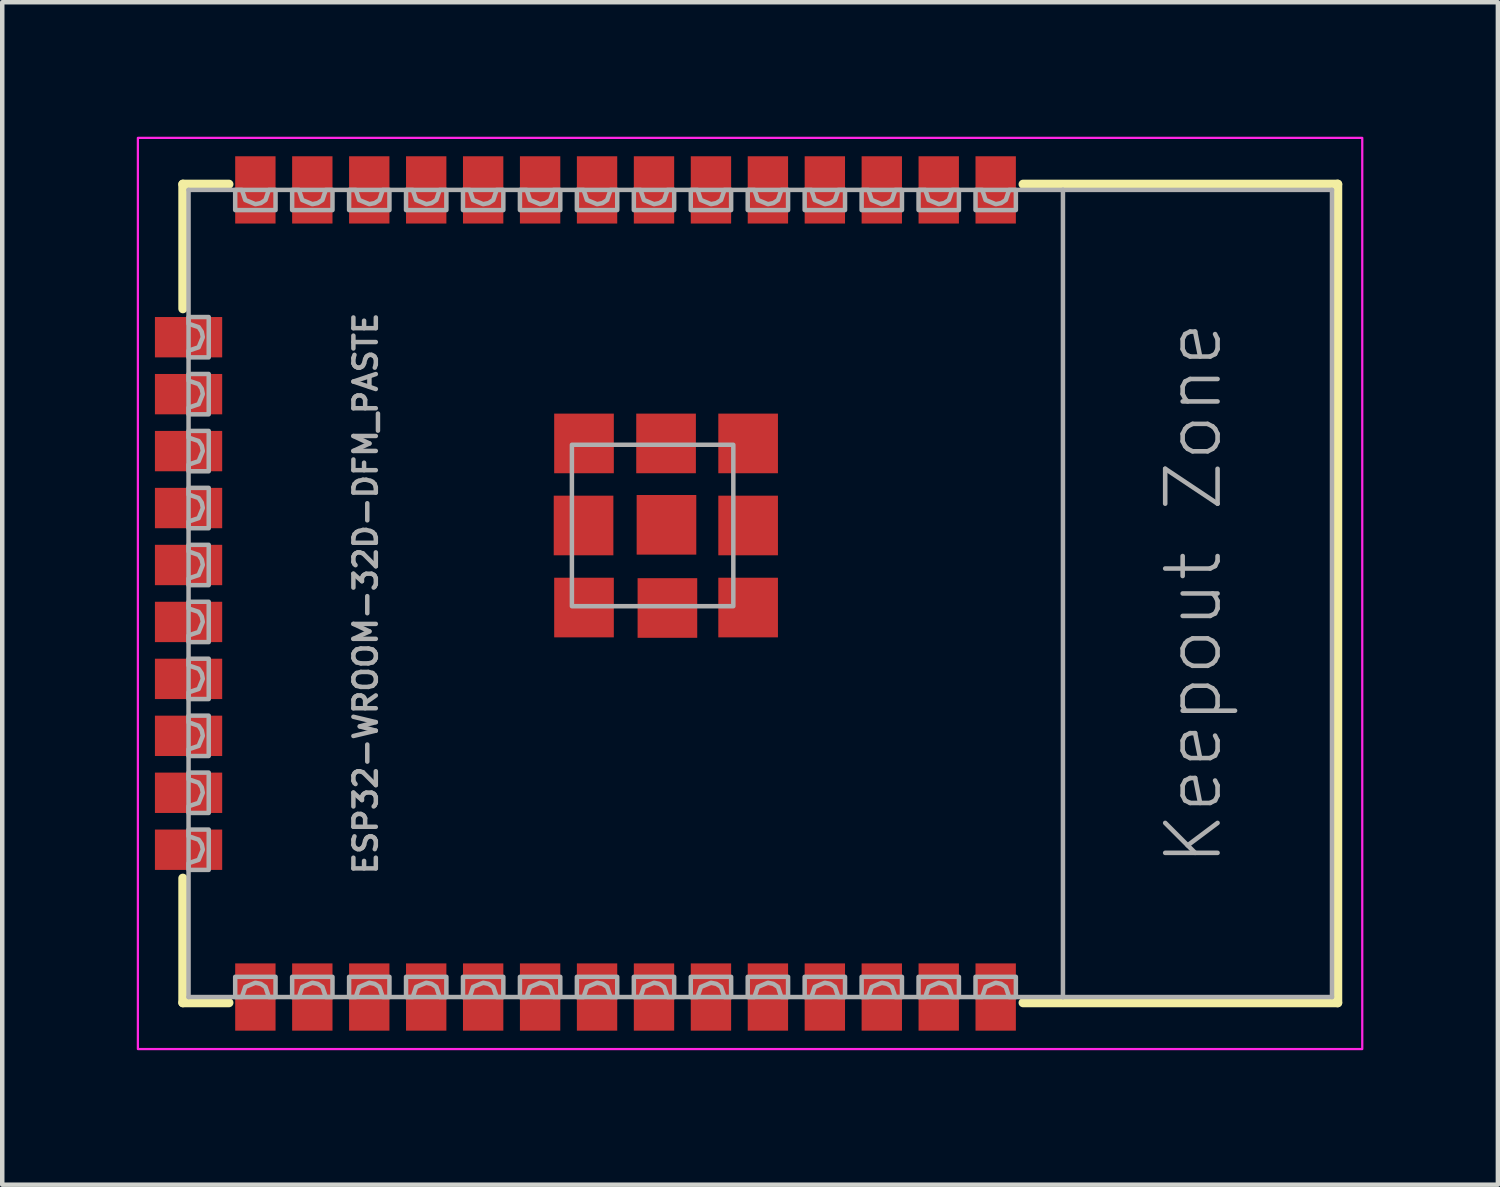
<source format=kicad_pcb>
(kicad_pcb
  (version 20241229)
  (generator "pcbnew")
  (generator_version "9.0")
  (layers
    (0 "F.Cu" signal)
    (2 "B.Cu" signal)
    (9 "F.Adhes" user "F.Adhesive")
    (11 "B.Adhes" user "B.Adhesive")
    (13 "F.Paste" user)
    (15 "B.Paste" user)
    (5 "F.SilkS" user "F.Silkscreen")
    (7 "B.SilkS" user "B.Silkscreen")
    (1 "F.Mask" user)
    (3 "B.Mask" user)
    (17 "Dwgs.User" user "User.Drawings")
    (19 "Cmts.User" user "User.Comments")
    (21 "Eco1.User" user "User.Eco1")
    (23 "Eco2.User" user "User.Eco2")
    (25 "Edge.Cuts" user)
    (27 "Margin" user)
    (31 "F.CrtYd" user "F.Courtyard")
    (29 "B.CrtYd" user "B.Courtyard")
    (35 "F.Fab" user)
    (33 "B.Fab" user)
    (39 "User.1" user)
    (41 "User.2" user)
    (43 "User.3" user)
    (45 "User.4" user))
  (footprint "ESP32-WROOM-32D-DFM_PASTE"
    (layer "F.Cu")
    (at 12.725 10.185)
    (property "Reference" "ESP32-WROOM-32D-DFM_PASTE" (at -7.62 0 90) (layer "F.Fab") (effects (font (size 0.5 0.5) (thickness 0.1) (bold yes))))
    (attr smd)
    (fp_line (start -11.697 -9.127) (end -10.67 -9.127) (stroke (width 0.203) (type solid)) (layer "F.SilkS"))
    (fp_line (start -11.697 -6.35) (end -11.697 -9.127) (stroke (width 0.203) (type solid)) (layer "F.SilkS"))
    (fp_line (start -11.697 6.35) (end -11.697 9.127) (stroke (width 0.203) (type solid)) (layer "F.SilkS"))
    (fp_line (start -11.697 9.127) (end -10.67 9.127) (stroke (width 0.203) (type solid)) (layer "F.SilkS"))
    (fp_line (start 7.041 -9.127) (end 14.057 -9.127) (stroke (width 0.203) (type solid)) (layer "F.SilkS"))
    (fp_line (start 7.041 9.127) (end 14.057 9.127) (stroke (width 0.203) (type solid)) (layer "F.SilkS"))
    (fp_line (start 14.057 -9.127) (end 14.057 9.127) (stroke (width 0.203) (type solid)) (layer "F.SilkS"))
    (fp_poly (pts (xy -10.8 -5.2) (xy -10.8 -6.2) (xy -12.6 -6.2) (xy -12.6 -5.2)) (stroke (width 0) (type default)) (fill yes) (layer "F.Paste"))
    (fp_poly (pts (xy -10.8 -3.95) (xy -10.8 -4.95) (xy -12.6 -4.95) (xy -12.6 -3.95)) (stroke (width 0) (type default)) (fill yes) (layer "F.Paste"))
    (fp_poly (pts (xy -10.8 -2.7) (xy -10.8 -3.7) (xy -12.6 -3.7) (xy -12.6 -2.7)) (stroke (width 0) (type default)) (fill yes) (layer "F.Paste"))
    (fp_poly (pts (xy -10.8 -1.4) (xy -10.8 -2.4) (xy -12.6 -2.4) (xy -12.6 -1.4)) (stroke (width 0) (type default)) (fill yes) (layer "F.Paste"))
    (fp_poly (pts (xy -10.8 -0.15) (xy -10.8 -1.15) (xy -12.6 -1.15) (xy -12.6 -0.15)) (stroke (width 0) (type default)) (fill yes) (layer "F.Paste"))
    (fp_poly (pts (xy -10.8 1.15) (xy -10.8 0.15) (xy -12.6 0.15) (xy -12.6 1.15)) (stroke (width 0) (type default)) (fill yes) (layer "F.Paste"))
    (fp_poly (pts (xy -10.8 2.4) (xy -10.8 1.4) (xy -12.6 1.4) (xy -12.6 2.4)) (stroke (width 0) (type default)) (fill yes) (layer "F.Paste"))
    (fp_poly (pts (xy -10.8 3.65) (xy -10.8 2.65) (xy -12.6 2.65) (xy -12.6 3.65)) (stroke (width 0) (type default)) (fill yes) (layer "F.Paste"))
    (fp_poly (pts (xy -10.8 4.95) (xy -10.8 3.95) (xy -12.6 3.95) (xy -12.6 4.95)) (stroke (width 0) (type default)) (fill yes) (layer "F.Paste"))
    (fp_poly (pts (xy -10.8 6.2) (xy -10.8 5.2) (xy -12.6 5.2) (xy -12.6 6.2)) (stroke (width 0) (type default)) (fill yes) (layer "F.Paste"))
    (fp_poly (pts (xy -10.6 -8.2) (xy -9.6 -8.2) (xy -9.6 -10) (xy -10.6 -10)) (stroke (width 0) (type default)) (fill yes) (layer "F.Paste"))
    (fp_poly (pts (xy -9.6 8.2) (xy -10.6 8.2) (xy -10.6 10) (xy -9.6 10)) (stroke (width 0) (type default)) (fill yes) (layer "F.Paste"))
    (fp_poly (pts (xy -9.3 -8.2) (xy -8.3 -8.2) (xy -8.3 -10) (xy -9.3 -10)) (stroke (width 0) (type default)) (fill yes) (layer "F.Paste"))
    (fp_poly (pts (xy -8.3 8.2) (xy -9.3 8.2) (xy -9.3 10) (xy -8.3 10)) (stroke (width 0) (type default)) (fill yes) (layer "F.Paste"))
    (fp_poly (pts (xy -8.05 -8.2) (xy -7.05 -8.2) (xy -7.05 -10) (xy -8.05 -10)) (stroke (width 0) (type default)) (fill yes) (layer "F.Paste"))
    (fp_poly (pts (xy -7.05 8.2) (xy -8.05 8.2) (xy -8.05 10) (xy -7.05 10)) (stroke (width 0) (type default)) (fill yes) (layer "F.Paste"))
    (fp_poly (pts (xy -6.75 -8.2) (xy -5.75 -8.2) (xy -5.75 -10) (xy -6.75 -10)) (stroke (width 0) (type default)) (fill yes) (layer "F.Paste"))
    (fp_poly (pts (xy -5.75 8.2) (xy -6.75 8.2) (xy -6.75 10) (xy -5.75 10)) (stroke (width 0) (type default)) (fill yes) (layer "F.Paste"))
    (fp_poly (pts (xy -5.5 -8.2) (xy -4.5 -8.2) (xy -4.5 -10) (xy -5.5 -10)) (stroke (width 0) (type default)) (fill yes) (layer "F.Paste"))
    (fp_poly (pts (xy -4.5 8.2) (xy -5.5 8.2) (xy -5.5 10) (xy -4.5 10)) (stroke (width 0) (type default)) (fill yes) (layer "F.Paste"))
    (fp_poly (pts (xy -4.25 -8.2) (xy -3.25 -8.2) (xy -3.25 -10) (xy -4.25 -10)) (stroke (width 0) (type default)) (fill yes) (layer "F.Paste"))
    (fp_poly (pts (xy -3.25 8.2) (xy -4.25 8.2) (xy -4.25 10) (xy -3.25 10)) (stroke (width 0) (type default)) (fill yes) (layer "F.Paste"))
    (fp_poly (pts (xy -3.2 -2.9) (xy -2.3 -2.9) (xy -2.3 -3.8) (xy -3.2 -3.8)) (stroke (width 0) (type default)) (fill yes) (layer "F.Paste"))
    (fp_poly (pts (xy -3.2 -1.05) (xy -2.3 -1.05) (xy -2.3 -1.95) (xy -3.2 -1.95)) (stroke (width 0) (type default)) (fill yes) (layer "F.Paste"))
    (fp_poly (pts (xy -3.2 0.8) (xy -2.3 0.8) (xy -2.3 -0.1) (xy -3.2 -0.1)) (stroke (width 0) (type default)) (fill yes) (layer "F.Paste"))
    (fp_poly (pts (xy -2.95 -8.2) (xy -1.95 -8.2) (xy -1.95 -10) (xy -2.95 -10)) (stroke (width 0) (type default)) (fill yes) (layer "F.Paste"))
    (fp_poly (pts (xy -1.95 8.2) (xy -2.95 8.2) (xy -2.95 10) (xy -1.95 10)) (stroke (width 0) (type default)) (fill yes) (layer "F.Paste"))
    (fp_poly (pts (xy -1.7 -8.2) (xy -0.7 -8.2) (xy -0.7 -10) (xy -1.7 -10)) (stroke (width 0) (type default)) (fill yes) (layer "F.Paste"))
    (fp_poly (pts (xy -1.35 -2.9) (xy -0.45 -2.9) (xy -0.45 -3.8) (xy -1.35 -3.8)) (stroke (width 0) (type default)) (fill yes) (layer "F.Paste"))
    (fp_poly (pts (xy -1.35 -1.1) (xy -0.45 -1.1) (xy -0.45 -2) (xy -1.35 -2)) (stroke (width 0) (type default)) (fill yes) (layer "F.Paste"))
    (fp_poly (pts (xy -1.35 0.8) (xy -0.45 0.8) (xy -0.45 -0.1) (xy -1.35 -0.1)) (stroke (width 0) (type default)) (fill yes) (layer "F.Paste"))
    (fp_poly (pts (xy -0.7 8.2) (xy -1.7 8.2) (xy -1.7 10) (xy -0.7 10)) (stroke (width 0) (type default)) (fill yes) (layer "F.Paste"))
    (fp_poly (pts (xy -0.4 -8.2) (xy 0.6 -8.2) (xy 0.6 -10) (xy -0.4 -10)) (stroke (width 0) (type default)) (fill yes) (layer "F.Paste"))
    (fp_poly (pts (xy 0.45 -2.9) (xy 1.35 -2.9) (xy 1.35 -3.8) (xy 0.45 -3.8)) (stroke (width 0) (type default)) (fill yes) (layer "F.Paste"))
    (fp_poly (pts (xy 0.5 -1.05) (xy 1.4 -1.05) (xy 1.4 -1.95) (xy 0.5 -1.95)) (stroke (width 0) (type default)) (fill yes) (layer "F.Paste"))
    (fp_poly (pts (xy 0.5 0.8) (xy 1.4 0.8) (xy 1.4 -0.1) (xy 0.5 -0.1)) (stroke (width 0) (type default)) (fill yes) (layer "F.Paste"))
    (fp_poly (pts (xy 0.6 8.2) (xy -0.4 8.2) (xy -0.4 10) (xy 0.6 10)) (stroke (width 0) (type default)) (fill yes) (layer "F.Paste"))
    (fp_poly (pts (xy 0.85 -8.2) (xy 1.85 -8.2) (xy 1.85 -10) (xy 0.85 -10)) (stroke (width 0) (type default)) (fill yes) (layer "F.Paste"))
    (fp_poly (pts (xy 1.85 8.2) (xy 0.85 8.2) (xy 0.85 10) (xy 1.85 10)) (stroke (width 0) (type default)) (fill yes) (layer "F.Paste"))
    (fp_poly (pts (xy 2.1 -8.2) (xy 3.1 -8.2) (xy 3.1 -10) (xy 2.1 -10)) (stroke (width 0) (type default)) (fill yes) (layer "F.Paste"))
    (fp_poly (pts (xy 3.1 8.2) (xy 2.1 8.2) (xy 2.1 10) (xy 3.1 10)) (stroke (width 0) (type default)) (fill yes) (layer "F.Paste"))
    (fp_poly (pts (xy 3.4 -8.2) (xy 4.4 -8.2) (xy 4.4 -10) (xy 3.4 -10)) (stroke (width 0) (type default)) (fill yes) (layer "F.Paste"))
    (fp_poly (pts (xy 4.4 8.2) (xy 3.4 8.2) (xy 3.4 10) (xy 4.4 10)) (stroke (width 0) (type default)) (fill yes) (layer "F.Paste"))
    (fp_poly (pts (xy 4.65 -8.2) (xy 5.65 -8.2) (xy 5.65 -10) (xy 4.65 -10)) (stroke (width 0) (type default)) (fill yes) (layer "F.Paste"))
    (fp_poly (pts (xy 5.65 8.2) (xy 4.65 8.2) (xy 4.65 10) (xy 5.65 10)) (stroke (width 0) (type default)) (fill yes) (layer "F.Paste"))
    (fp_poly (pts (xy 5.95 -8.2) (xy 6.95 -8.2) (xy 6.95 -10) (xy 5.95 -10)) (stroke (width 0) (type default)) (fill yes) (layer "F.Paste"))
    (fp_poly (pts (xy 6.95 8.2) (xy 5.95 8.2) (xy 5.95 10) (xy 6.95 10)) (stroke (width 0) (type default)) (fill yes) (layer "F.Paste"))
    (fp_rect (start 14.605 -10.16) (end -12.7 10.16) (stroke (width 0.05) (type default)) (fill no) (layer "F.CrtYd"))
    (fp_line (start -11.57 -9) (end 7.93 -9) (stroke (width 0.1) (type solid)) (layer "F.Fab"))
    (fp_line (start -11.57 9) (end -11.57 -9) (stroke (width 0.1) (type solid)) (layer "F.Fab"))
    (fp_line (start 7.93 -9) (end 13.93 -9) (stroke (width 0.1) (type solid)) (layer "F.Fab"))
    (fp_line (start 7.93 9) (end -11.57 9) (stroke (width 0.1) (type solid)) (layer "F.Fab"))
    (fp_line (start 7.93 9) (end 7.93 -9) (stroke (width 0.1) (type solid)) (layer "F.Fab"))
    (fp_line (start 13.93 -9) (end 13.93 9) (stroke (width 0.1) (type solid)) (layer "F.Fab"))
    (fp_line (start 13.93 9) (end 7.93 9) (stroke (width 0.1) (type solid)) (layer "F.Fab"))
    (fp_poly (pts (xy -3.021 0.284) (xy 0.579 0.284) (xy 0.579 -3.316) (xy -3.021 -3.316)) (stroke (width 0.1) (type default)) (fill no) (layer "F.Fab"))
    (fp_poly (pts (xy -11.12 -5.265) (xy -11.57 -5.265) (xy -11.57 -5.415) (xy -11.345 -5.49) (xy -11.252 -5.715) (xy -11.276 -5.837) (xy -11.345 -5.94) (xy -11.57 -6.015) (xy -11.57 -6.015) (xy -11.57 -6.165) (xy -11.12 -6.165)) (stroke (width 0.1) (type default)) (fill no) (layer "F.Fab"))
    (fp_poly (pts (xy -11.12 -3.995) (xy -11.57 -3.995) (xy -11.57 -4.145) (xy -11.345 -4.22) (xy -11.252 -4.445) (xy -11.276 -4.567) (xy -11.345 -4.67) (xy -11.57 -4.745) (xy -11.57 -4.745) (xy -11.57 -4.895) (xy -11.12 -4.895)) (stroke (width 0.1) (type default)) (fill no) (layer "F.Fab"))
    (fp_poly (pts (xy -11.12 -2.725) (xy -11.57 -2.725) (xy -11.57 -2.875) (xy -11.345 -2.95) (xy -11.252 -3.175) (xy -11.276 -3.297) (xy -11.345 -3.4) (xy -11.57 -3.475) (xy -11.57 -3.475) (xy -11.57 -3.625) (xy -11.12 -3.625)) (stroke (width 0.1) (type default)) (fill no) (layer "F.Fab"))
    (fp_poly (pts (xy -11.12 -1.455) (xy -11.57 -1.455) (xy -11.57 -1.605) (xy -11.345 -1.68) (xy -11.252 -1.905) (xy -11.276 -2.027) (xy -11.345 -2.13) (xy -11.57 -2.205) (xy -11.57 -2.205) (xy -11.57 -2.355) (xy -11.12 -2.355)) (stroke (width 0.1) (type default)) (fill no) (layer "F.Fab"))
    (fp_poly (pts (xy -11.12 -0.185) (xy -11.57 -0.185) (xy -11.57 -0.335) (xy -11.345 -0.41) (xy -11.252 -0.635) (xy -11.276 -0.757) (xy -11.345 -0.86) (xy -11.57 -0.935) (xy -11.57 -0.935) (xy -11.57 -1.085) (xy -11.12 -1.085)) (stroke (width 0.1) (type default)) (fill no) (layer "F.Fab"))
    (fp_poly (pts (xy -11.12 1.085) (xy -11.57 1.085) (xy -11.57 0.935) (xy -11.345 0.86) (xy -11.345 0.86) (xy -11.252 0.635) (xy -11.276 0.513) (xy -11.345 0.41) (xy -11.57 0.335) (xy -11.57 0.185) (xy -11.12 0.185)) (stroke (width 0.1) (type default)) (fill no) (layer "F.Fab"))
    (fp_poly (pts (xy -11.12 2.355) (xy -11.57 2.355) (xy -11.57 2.205) (xy -11.345 2.13) (xy -11.345 2.13) (xy -11.252 1.905) (xy -11.276 1.783) (xy -11.345 1.68) (xy -11.57 1.605) (xy -11.57 1.455) (xy -11.12 1.455)) (stroke (width 0.1) (type default)) (fill no) (layer "F.Fab"))
    (fp_poly (pts (xy -11.12 3.625) (xy -11.57 3.625) (xy -11.57 3.475) (xy -11.345 3.4) (xy -11.345 3.4) (xy -11.252 3.175) (xy -11.276 3.053) (xy -11.345 2.95) (xy -11.57 2.875) (xy -11.57 2.725) (xy -11.12 2.725)) (stroke (width 0.1) (type default)) (fill no) (layer "F.Fab"))
    (fp_poly (pts (xy -11.12 4.895) (xy -11.57 4.895) (xy -11.57 4.745) (xy -11.345 4.67) (xy -11.345 4.67) (xy -11.252 4.445) (xy -11.276 4.323) (xy -11.345 4.22) (xy -11.57 4.145) (xy -11.57 3.995) (xy -11.12 3.995)) (stroke (width 0.1) (type default)) (fill no) (layer "F.Fab"))
    (fp_poly (pts (xy -11.12 6.165) (xy -11.57 6.165) (xy -11.57 6.015) (xy -11.345 5.94) (xy -11.345 5.94) (xy -11.252 5.715) (xy -11.276 5.593) (xy -11.345 5.49) (xy -11.57 5.415) (xy -11.57 5.265) (xy -11.12 5.265)) (stroke (width 0.1) (type default)) (fill no) (layer "F.Fab"))
    (fp_poly (pts (xy -10.305 -8.775) (xy -10.305 -8.775) (xy -10.08 -8.682) (xy -9.958 -8.706) (xy -9.855 -8.775) (xy -9.78 -9) (xy -9.63 -9) (xy -9.63 -8.55) (xy -10.53 -8.55) (xy -10.53 -9) (xy -10.38 -9)) (stroke (width 0.1) (type default)) (fill no) (layer "F.Fab"))
    (fp_poly (pts (xy -9.63 9) (xy -9.78 9) (xy -9.855 8.775) (xy -9.958 8.706) (xy -10.08 8.682) (xy -10.305 8.775) (xy -10.305 8.775) (xy -10.38 9) (xy -10.53 9) (xy -10.53 8.55) (xy -9.63 8.55)) (stroke (width 0.1) (type default)) (fill no) (layer "F.Fab"))
    (fp_poly (pts (xy -9.035 -8.775) (xy -9.035 -8.775) (xy -8.81 -8.682) (xy -8.688 -8.706) (xy -8.585 -8.775) (xy -8.51 -9) (xy -8.36 -9) (xy -8.36 -8.55) (xy -9.26 -8.55) (xy -9.26 -9) (xy -9.11 -9)) (stroke (width 0.1) (type default)) (fill no) (layer "F.Fab"))
    (fp_poly (pts (xy -8.36 9) (xy -8.51 9) (xy -8.585 8.775) (xy -8.688 8.706) (xy -8.81 8.682) (xy -9.035 8.775) (xy -9.035 8.775) (xy -9.11 9) (xy -9.26 9) (xy -9.26 8.55) (xy -8.36 8.55)) (stroke (width 0.1) (type default)) (fill no) (layer "F.Fab"))
    (fp_poly (pts (xy -7.765 -8.775) (xy -7.765 -8.775) (xy -7.54 -8.682) (xy -7.418 -8.706) (xy -7.315 -8.775) (xy -7.24 -9) (xy -7.09 -9) (xy -7.09 -8.55) (xy -7.99 -8.55) (xy -7.99 -9) (xy -7.84 -9)) (stroke (width 0.1) (type default)) (fill no) (layer "F.Fab"))
    (fp_poly (pts (xy -7.09 9) (xy -7.24 9) (xy -7.315 8.775) (xy -7.418 8.706) (xy -7.54 8.682) (xy -7.765 8.775) (xy -7.765 8.775) (xy -7.84 9) (xy -7.99 9) (xy -7.99 8.55) (xy -7.09 8.55)) (stroke (width 0.1) (type default)) (fill no) (layer "F.Fab"))
    (fp_poly (pts (xy -6.495 -8.775) (xy -6.495 -8.775) (xy -6.27 -8.682) (xy -6.148 -8.706) (xy -6.045 -8.775) (xy -5.97 -9) (xy -5.82 -9) (xy -5.82 -8.55) (xy -6.72 -8.55) (xy -6.72 -9) (xy -6.57 -9)) (stroke (width 0.1) (type default)) (fill no) (layer "F.Fab"))
    (fp_poly (pts (xy -5.82 9) (xy -5.97 9) (xy -6.045 8.775) (xy -6.148 8.706) (xy -6.27 8.682) (xy -6.495 8.775) (xy -6.495 8.775) (xy -6.57 9) (xy -6.72 9) (xy -6.72 8.55) (xy -5.82 8.55)) (stroke (width 0.1) (type default)) (fill no) (layer "F.Fab"))
    (fp_poly (pts (xy -5.225 -8.775) (xy -5.225 -8.775) (xy -5 -8.682) (xy -4.878 -8.706) (xy -4.775 -8.775) (xy -4.7 -9) (xy -4.55 -9) (xy -4.55 -8.55) (xy -5.45 -8.55) (xy -5.45 -9) (xy -5.3 -9)) (stroke (width 0.1) (type default)) (fill no) (layer "F.Fab"))
    (fp_poly (pts (xy -4.55 9) (xy -4.7 9) (xy -4.775 8.775) (xy -4.878 8.706) (xy -5 8.682) (xy -5.225 8.775) (xy -5.225 8.775) (xy -5.3 9) (xy -5.45 9) (xy -5.45 8.55) (xy -4.55 8.55)) (stroke (width 0.1) (type default)) (fill no) (layer "F.Fab"))
    (fp_poly (pts (xy -3.955 -8.775) (xy -3.955 -8.775) (xy -3.73 -8.682) (xy -3.608 -8.706) (xy -3.505 -8.775) (xy -3.43 -9) (xy -3.28 -9) (xy -3.28 -8.55) (xy -4.18 -8.55) (xy -4.18 -9) (xy -4.03 -9)) (stroke (width 0.1) (type default)) (fill no) (layer "F.Fab"))
    (fp_poly (pts (xy -3.28 9) (xy -3.43 9) (xy -3.505 8.775) (xy -3.608 8.706) (xy -3.73 8.682) (xy -3.955 8.775) (xy -3.955 8.775) (xy -4.03 9) (xy -4.18 9) (xy -4.18 8.55) (xy -3.28 8.55)) (stroke (width 0.1) (type default)) (fill no) (layer "F.Fab"))
    (fp_poly (pts (xy -2.685 -8.775) (xy -2.685 -8.775) (xy -2.46 -8.682) (xy -2.338 -8.706) (xy -2.235 -8.775) (xy -2.16 -9) (xy -2.01 -9) (xy -2.01 -8.55) (xy -2.91 -8.55) (xy -2.91 -9) (xy -2.76 -9)) (stroke (width 0.1) (type default)) (fill no) (layer "F.Fab"))
    (fp_poly (pts (xy -2.01 9) (xy -2.16 9) (xy -2.235 8.775) (xy -2.338 8.706) (xy -2.46 8.682) (xy -2.685 8.775) (xy -2.685 8.775) (xy -2.76 9) (xy -2.91 9) (xy -2.91 8.55) (xy -2.01 8.55)) (stroke (width 0.1) (type default)) (fill no) (layer "F.Fab"))
    (fp_poly (pts (xy -1.415 -8.775) (xy -1.415 -8.775) (xy -1.19 -8.682) (xy -1.068 -8.706) (xy -0.965 -8.775) (xy -0.89 -9) (xy -0.74 -9) (xy -0.74 -8.55) (xy -1.64 -8.55) (xy -1.64 -9) (xy -1.49 -9)) (stroke (width 0.1) (type default)) (fill no) (layer "F.Fab"))
    (fp_poly (pts (xy -0.74 9) (xy -0.89 9) (xy -0.965 8.775) (xy -1.068 8.706) (xy -1.19 8.682) (xy -1.415 8.775) (xy -1.415 8.775) (xy -1.49 9) (xy -1.64 9) (xy -1.64 8.55) (xy -0.74 8.55)) (stroke (width 0.1) (type default)) (fill no) (layer "F.Fab"))
    (fp_poly (pts (xy 0.38 -9) (xy 0.53 -9) (xy 0.53 -8.55) (xy -0.37 -8.55) (xy -0.37 -9) (xy -0.22 -9) (xy -0.145 -8.775) (xy 0.08 -8.682) (xy 0.202 -8.706) (xy 0.305 -8.775) (xy 0.38 -9)) (stroke (width 0.1) (type default)) (fill no) (layer "F.Fab"))
    (fp_poly (pts (xy 0.53 9) (xy 0.38 9) (xy 0.38 9) (xy 0.305 8.775) (xy 0.202 8.706) (xy 0.08 8.682) (xy -0.145 8.775) (xy -0.22 9) (xy -0.37 9) (xy -0.37 8.55) (xy 0.53 8.55)) (stroke (width 0.1) (type default)) (fill no) (layer "F.Fab"))
    (fp_poly (pts (xy 1.65 -9) (xy 1.8 -9) (xy 1.8 -8.55) (xy 0.9 -8.55) (xy 0.9 -9) (xy 1.05 -9) (xy 1.125 -8.775) (xy 1.35 -8.682) (xy 1.472 -8.706) (xy 1.575 -8.775) (xy 1.65 -9)) (stroke (width 0.1) (type default)) (fill no) (layer "F.Fab"))
    (fp_poly (pts (xy 1.8 9) (xy 1.65 9) (xy 1.65 9) (xy 1.575 8.775) (xy 1.472 8.706) (xy 1.35 8.682) (xy 1.125 8.775) (xy 1.05 9) (xy 0.9 9) (xy 0.9 8.55) (xy 1.8 8.55)) (stroke (width 0.1) (type default)) (fill no) (layer "F.Fab"))
    (fp_poly (pts (xy 2.92 -9) (xy 3.07 -9) (xy 3.07 -8.55) (xy 2.17 -8.55) (xy 2.17 -9) (xy 2.32 -9) (xy 2.395 -8.775) (xy 2.62 -8.682) (xy 2.742 -8.706) (xy 2.845 -8.775) (xy 2.92 -9)) (stroke (width 0.1) (type default)) (fill no) (layer "F.Fab"))
    (fp_poly (pts (xy 3.07 9) (xy 2.92 9) (xy 2.92 9) (xy 2.845 8.775) (xy 2.742 8.706) (xy 2.62 8.682) (xy 2.395 8.775) (xy 2.32 9) (xy 2.17 9) (xy 2.17 8.55) (xy 3.07 8.55)) (stroke (width 0.1) (type default)) (fill no) (layer "F.Fab"))
    (fp_poly (pts (xy 4.19 -9) (xy 4.34 -9) (xy 4.34 -8.55) (xy 3.44 -8.55) (xy 3.44 -9) (xy 3.59 -9) (xy 3.665 -8.775) (xy 3.89 -8.682) (xy 4.012 -8.706) (xy 4.115 -8.775) (xy 4.19 -9)) (stroke (width 0.1) (type default)) (fill no) (layer "F.Fab"))
    (fp_poly (pts (xy 4.34 9) (xy 4.19 9) (xy 4.19 9) (xy 4.115 8.775) (xy 4.012 8.706) (xy 3.89 8.682) (xy 3.665 8.775) (xy 3.59 9) (xy 3.44 9) (xy 3.44 8.55) (xy 4.34 8.55)) (stroke (width 0.1) (type default)) (fill no) (layer "F.Fab"))
    (fp_poly (pts (xy 5.46 -9) (xy 5.61 -9) (xy 5.61 -8.55) (xy 4.71 -8.55) (xy 4.71 -9) (xy 4.86 -9) (xy 4.935 -8.775) (xy 5.16 -8.682) (xy 5.282 -8.706) (xy 5.385 -8.775) (xy 5.46 -9)) (stroke (width 0.1) (type default)) (fill no) (layer "F.Fab"))
    (fp_poly (pts (xy 5.61 9) (xy 5.46 9) (xy 5.46 9) (xy 5.385 8.775) (xy 5.282 8.706) (xy 5.16 8.682) (xy 4.935 8.775) (xy 4.86 9) (xy 4.71 9) (xy 4.71 8.55) (xy 5.61 8.55)) (stroke (width 0.1) (type default)) (fill no) (layer "F.Fab"))
    (fp_poly (pts (xy 6.73 -9) (xy 6.88 -9) (xy 6.88 -8.55) (xy 5.98 -8.55) (xy 5.98 -9) (xy 6.13 -9) (xy 6.205 -8.775) (xy 6.43 -8.682) (xy 6.552 -8.706) (xy 6.655 -8.775) (xy 6.73 -9)) (stroke (width 0.1) (type default)) (fill no) (layer "F.Fab"))
    (fp_poly (pts (xy 6.88 9) (xy 6.73 9) (xy 6.73 9) (xy 6.655 8.775) (xy 6.552 8.706) (xy 6.43 8.682) (xy 6.205 8.775) (xy 6.13 9) (xy 5.98 9) (xy 5.98 8.55) (xy 6.88 8.55)) (stroke (width 0.1) (type default)) (fill no) (layer "F.Fab"))
    (fp_text user "Keepout Zone" (at 10.16 0 90) (layer "F.Fab") (effects (font (size 1.168 1.168) (thickness 0.102)) (justify top)))
    (pad "1" smd rect (at 6.43 -9) (size 0.9 1.5) (layers "F.Cu" "F.Mask"))
    (pad "2" smd rect (at 5.16 -9) (size 0.9 1.5) (layers "F.Cu" "F.Mask"))
    (pad "3" smd rect (at 3.89 -9) (size 0.9 1.5) (layers "F.Cu" "F.Mask"))
    (pad "4" smd rect (at 2.62 -9) (size 0.9 1.5) (layers "F.Cu" "F.Mask"))
    (pad "5" smd rect (at 1.35 -9) (size 0.9 1.5) (layers "F.Cu" "F.Mask"))
    (pad "6" smd rect (at 0.08 -9) (size 0.9 1.5) (layers "F.Cu" "F.Mask"))
    (pad "7" smd rect (at -1.19 -9) (size 0.9 1.5) (layers "F.Cu" "F.Mask"))
    (pad "8" smd rect (at -2.46 -9) (size 0.9 1.5) (layers "F.Cu" "F.Mask"))
    (pad "9" smd rect (at -3.73 -9) (size 0.9 1.5) (layers "F.Cu" "F.Mask"))
    (pad "10" smd rect (at -5 -9) (size 0.9 1.5) (layers "F.Cu" "F.Mask"))
    (pad "11" smd rect (at -6.27 -9) (size 0.9 1.5) (layers "F.Cu" "F.Mask"))
    (pad "12" smd rect (at -7.54 -9) (size 0.9 1.5) (layers "F.Cu" "F.Mask"))
    (pad "13" smd rect (at -8.81 -9) (size 0.9 1.5) (layers "F.Cu" "F.Mask"))
    (pad "14" smd rect (at -10.08 -9) (size 0.9 1.5) (layers "F.Cu" "F.Mask"))
    (pad "15" smd rect (at -11.57 -5.715 90) (size 0.9 1.5) (layers "F.Cu" "F.Mask"))
    (pad "16" smd rect (at -11.57 -4.445 90) (size 0.9 1.5) (layers "F.Cu" "F.Mask"))
    (pad "17" smd rect (at -11.57 -3.175 90) (size 0.9 1.5) (layers "F.Cu" "F.Mask"))
    (pad "18" smd rect (at -11.57 -1.905 90) (size 0.9 1.5) (layers "F.Cu" "F.Mask"))
    (pad "19" smd rect (at -11.57 -0.635 90) (size 0.9 1.5) (layers "F.Cu" "F.Mask"))
    (pad "20" smd rect (at -11.57 0.635 90) (size 0.9 1.5) (layers "F.Cu" "F.Mask"))
    (pad "21" smd rect (at -11.57 1.905 90) (size 0.9 1.5) (layers "F.Cu" "F.Mask"))
    (pad "22" smd rect (at -11.57 3.175 90) (size 0.9 1.5) (layers "F.Cu" "F.Mask"))
    (pad "23" smd rect (at -11.57 4.445 90) (size 0.9 1.5) (layers "F.Cu" "F.Mask"))
    (pad "24" smd rect (at -11.57 5.715 90) (size 0.9 1.5) (layers "F.Cu" "F.Mask"))
    (pad "25" smd rect (at -10.08 9) (size 0.9 1.5) (layers "F.Cu" "F.Mask"))
    (pad "26" smd rect (at -8.81 9) (size 0.9 1.5) (layers "F.Cu" "F.Mask"))
    (pad "27" smd rect (at -7.54 9) (size 0.9 1.5) (layers "F.Cu" "F.Mask"))
    (pad "28" smd rect (at -6.27 9) (size 0.9 1.5) (layers "F.Cu" "F.Mask"))
    (pad "29" smd rect (at -5 9) (size 0.9 1.5) (layers "F.Cu" "F.Mask"))
    (pad "30" smd rect (at -3.73 9) (size 0.9 1.5) (layers "F.Cu" "F.Mask"))
    (pad "31" smd rect (at -2.46 9) (size 0.9 1.5) (layers "F.Cu" "F.Mask"))
    (pad "32" smd rect (at -1.19 9) (size 0.9 1.5) (layers "F.Cu" "F.Mask"))
    (pad "33" smd rect (at 0.08 9) (size 0.9 1.5) (layers "F.Cu" "F.Mask"))
    (pad "34" smd rect (at 1.35 9) (size 0.9 1.5) (layers "F.Cu" "F.Mask"))
    (pad "35" smd rect (at 2.62 9) (size 0.9 1.5) (layers "F.Cu" "F.Mask"))
    (pad "36" smd rect (at 3.89 9) (size 0.9 1.5) (layers "F.Cu" "F.Mask"))
    (pad "37" smd rect (at 5.16 9) (size 0.9 1.5) (layers "F.Cu" "F.Mask"))
    (pad "38" smd rect (at 6.43 9) (size 0.9 1.5) (layers "F.Cu" "F.Mask"))
    (pad "49.1" smd rect (at 0.909 -3.346) (size 1.33 1.33) (layers "F.Cu" "F.Mask"))
    (pad "49.2" smd rect (at -0.921 -3.346) (size 1.33 1.33) (layers "F.Cu" "F.Mask"))
    (pad "49.3" smd rect (at -2.751 -3.346) (size 1.33 1.33) (layers "F.Cu" "F.Mask"))
    (pad "49.4" smd rect (at -2.761 -1.516) (size 1.33 1.33) (layers "F.Cu" "F.Mask"))
    (pad "49.5" smd rect (at -2.751 0.314) (size 1.33 1.33) (layers "F.Cu" "F.Mask"))
    (pad "49.6" smd rect (at -0.891 0.324) (size 1.33 1.33) (layers "F.Cu" "F.Mask"))
    (pad "49.7" smd rect (at 0.909 0.314) (size 1.33 1.33) (layers "F.Cu" "F.Mask"))
    (pad "49.8" smd rect (at 0.909 -1.516) (size 1.33 1.33) (layers "F.Cu" "F.Mask"))
    (pad "49.9" smd rect (at -0.912 -1.531) (size 1.33 1.33) (layers "F.Cu" "F.Mask")))
  (gr_rect
    (start -3 -3)
    (end 30.355 23.37)
    (stroke (width 0.1) (type default))
    (fill no)
    (layer "Edge.Cuts")))
</source>
